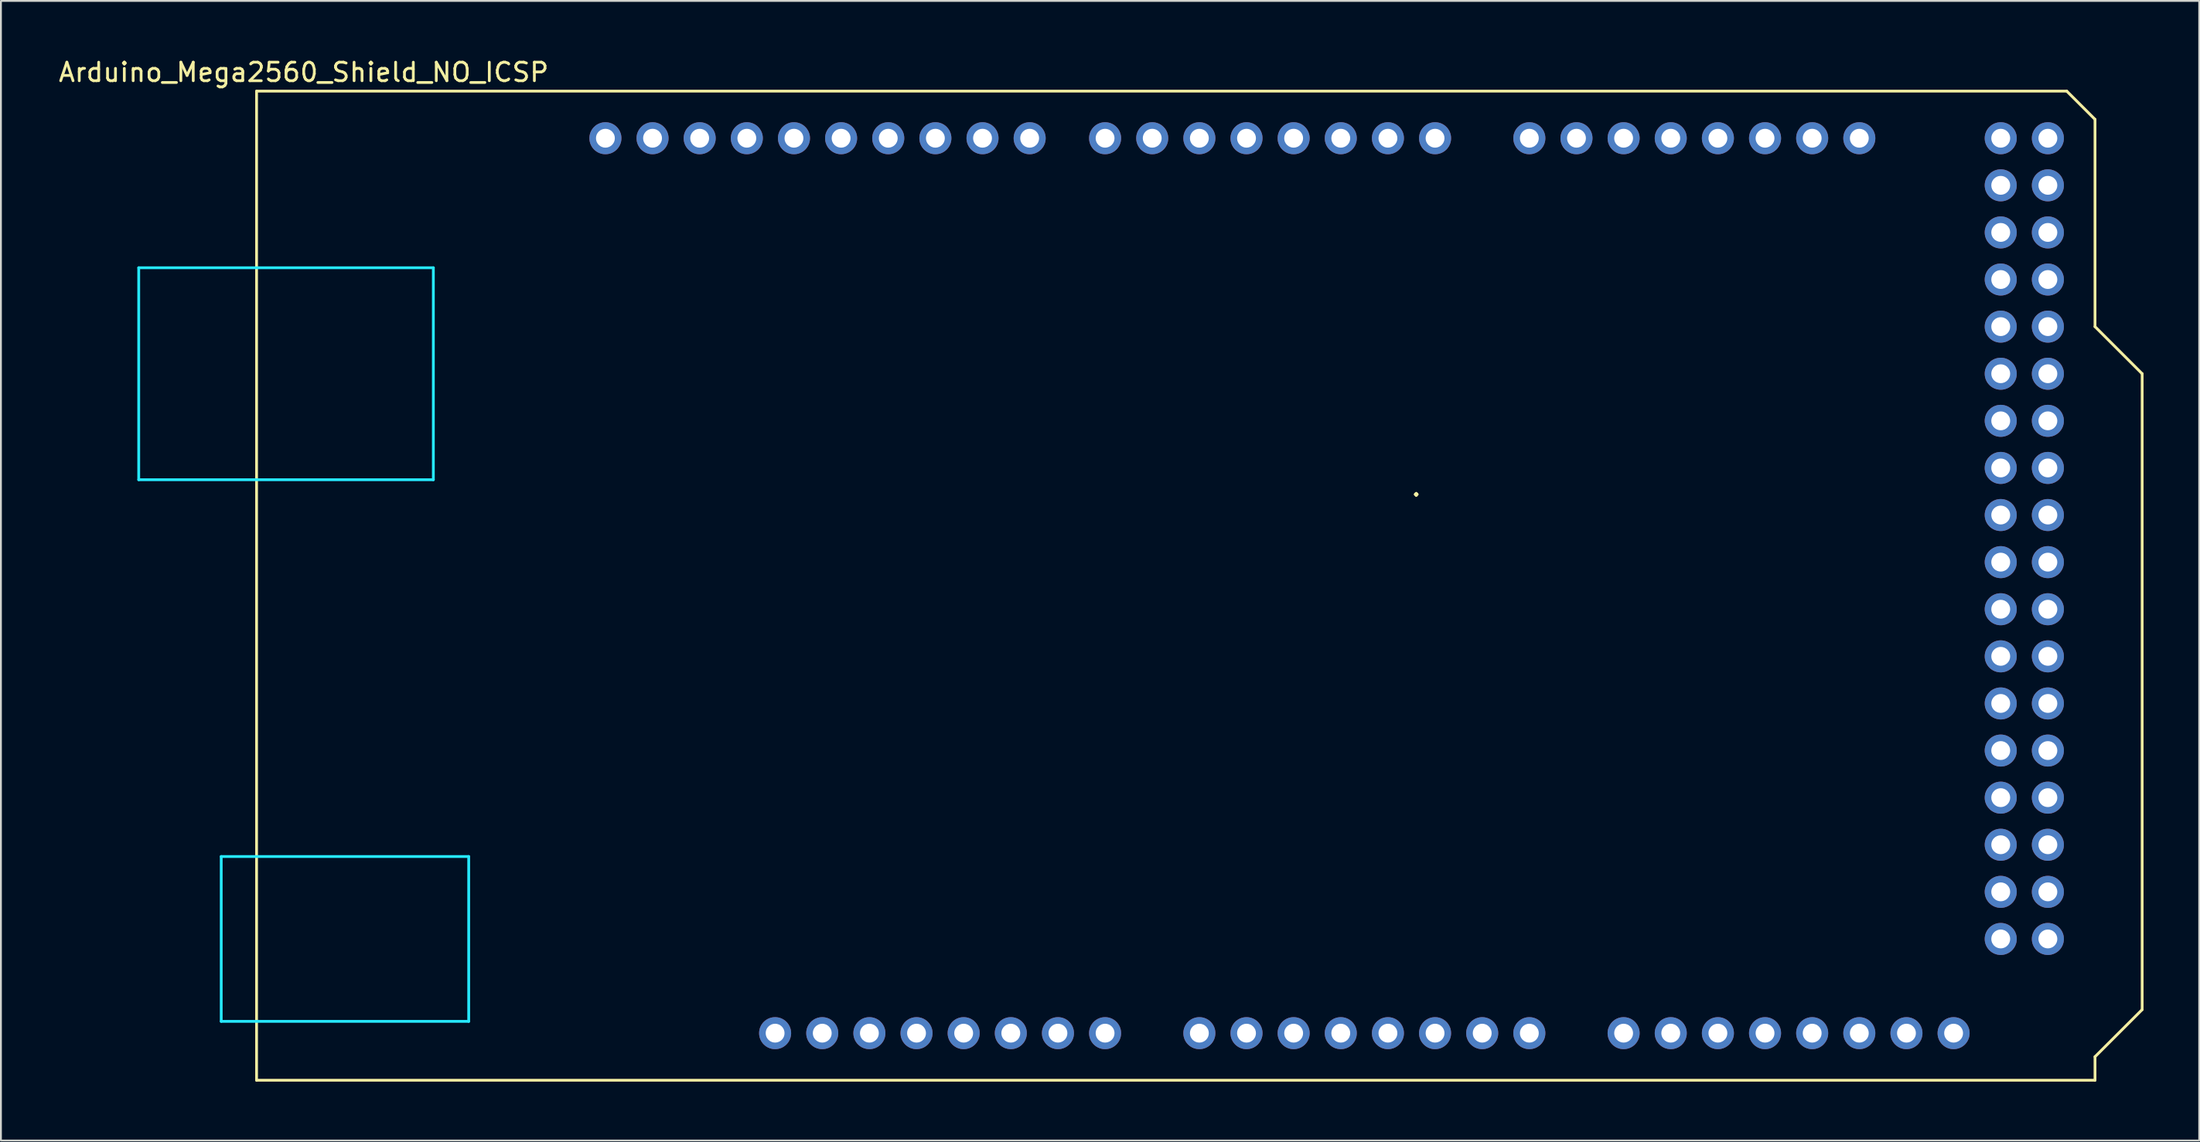
<source format=kicad_pcb>
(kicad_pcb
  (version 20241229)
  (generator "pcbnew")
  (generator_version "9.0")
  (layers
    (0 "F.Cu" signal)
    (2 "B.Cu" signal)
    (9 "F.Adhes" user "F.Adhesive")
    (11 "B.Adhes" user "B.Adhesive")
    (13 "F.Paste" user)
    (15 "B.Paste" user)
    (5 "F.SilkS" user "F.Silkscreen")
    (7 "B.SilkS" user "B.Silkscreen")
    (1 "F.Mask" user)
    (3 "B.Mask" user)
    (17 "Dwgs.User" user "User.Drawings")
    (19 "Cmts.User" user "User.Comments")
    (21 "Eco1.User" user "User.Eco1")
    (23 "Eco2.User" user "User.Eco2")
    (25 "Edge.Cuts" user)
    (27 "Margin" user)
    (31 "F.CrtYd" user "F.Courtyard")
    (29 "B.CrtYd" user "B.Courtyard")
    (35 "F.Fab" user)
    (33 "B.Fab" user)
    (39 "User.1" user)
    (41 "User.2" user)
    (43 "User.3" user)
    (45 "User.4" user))
  (footprint "Arduino_Mega2560_Shield_NO_ICSP"
    (layer "F.Cu")
    (at 10.775 55.204)
    (property "Reference" "Arduino_Mega2560_Shield_NO_ICSP" (at 2.54 -54.356 0) (layer "F.SilkS") (effects (font (size 1 1) (thickness 0.15))))
    (attr through_hole)
    (fp_line (start 0 -53.34) (end 0 0) (stroke (width 0.15) (type solid)) (layer "F.SilkS"))
    (fp_line (start 0 -53.34) (end 97.536 -53.34) (stroke (width 0.15) (type solid)) (layer "F.SilkS"))
    (fp_line (start 0 0) (end 99.06 0) (stroke (width 0.15) (type solid)) (layer "F.SilkS"))
    (fp_line (start 97.536 -53.34) (end 99.06 -51.816) (stroke (width 0.15) (type solid)) (layer "F.SilkS"))
    (fp_line (start 99.06 -40.64) (end 99.06 -51.816) (stroke (width 0.15) (type solid)) (layer "F.SilkS"))
    (fp_line (start 99.06 -1.27) (end 101.6 -3.81) (stroke (width 0.15) (type solid)) (layer "F.SilkS"))
    (fp_line (start 99.06 0) (end 99.06 -1.27) (stroke (width 0.15) (type solid)) (layer "F.SilkS"))
    (fp_line (start 101.6 -38.1) (end 99.06 -40.64) (stroke (width 0.15) (type solid)) (layer "F.SilkS"))
    (fp_line (start 101.6 -3.81) (end 101.6 -38.1) (stroke (width 0.15) (type solid)) (layer "F.SilkS"))
    (fp_line (start -6.35 -43.815) (end -6.35 -32.385) (stroke (width 0.15) (type solid)) (layer "B.CrtYd"))
    (fp_line (start -1.905 -12.065) (end -1.905 -3.175) (stroke (width 0.15) (type solid)) (layer "B.CrtYd"))
    (fp_line (start -1.905 -12.065) (end 11.43 -12.065) (stroke (width 0.15) (type solid)) (layer "B.CrtYd"))
    (fp_line (start -1.905 -3.175) (end 11.43 -3.175) (stroke (width 0.15) (type solid)) (layer "B.CrtYd"))
    (fp_line (start 9.525 -43.815) (end -6.35 -43.815) (stroke (width 0.15) (type solid)) (layer "B.CrtYd"))
    (fp_line (start 9.525 -43.815) (end 9.525 -32.385) (stroke (width 0.15) (type solid)) (layer "B.CrtYd"))
    (fp_line (start 9.525 -32.385) (end -6.35 -32.385) (stroke (width 0.15) (type solid)) (layer "B.CrtYd"))
    (fp_line (start 11.43 -12.065) (end 11.43 -3.175) (stroke (width 0.15) (type solid)) (layer "B.CrtYd"))
    (fp_text user "." (at 62.484 -32.004 0) (layer "F.SilkS") (effects (font (size 1 1) (thickness 0.15))))
    (pad "" thru_hole oval (at 27.94 -2.54) (size 1.727 1.727) (drill 1.016) (layers "*.Cu" "*.Mask"))
    (pad "3V3" thru_hole oval (at 35.56 -2.54) (size 1.727 1.727) (drill 1.016) (layers "*.Cu" "*.Mask"))
    (pad "5V1" thru_hole oval (at 38.1 -2.54) (size 1.727 1.727) (drill 1.016) (layers "*.Cu" "*.Mask"))
    (pad "5V3" thru_hole oval (at 93.98 -50.8) (size 1.727 1.727) (drill 1.016) (layers "*.Cu" "*.Mask"))
    (pad "5V4" thru_hole oval (at 96.52 -50.8) (size 1.727 1.727) (drill 1.016) (layers "*.Cu" "*.Mask"))
    (pad "A0" thru_hole oval (at 50.8 -2.54) (size 1.727 1.727) (drill 1.016) (layers "*.Cu" "*.Mask"))
    (pad "A1" thru_hole oval (at 53.34 -2.54) (size 1.727 1.727) (drill 1.016) (layers "*.Cu" "*.Mask"))
    (pad "A2" thru_hole oval (at 55.88 -2.54) (size 1.727 1.727) (drill 1.016) (layers "*.Cu" "*.Mask"))
    (pad "A3" thru_hole oval (at 58.42 -2.54) (size 1.727 1.727) (drill 1.016) (layers "*.Cu" "*.Mask"))
    (pad "A4" thru_hole oval (at 60.96 -2.54) (size 1.727 1.727) (drill 1.016) (layers "*.Cu" "*.Mask"))
    (pad "A5" thru_hole oval (at 63.5 -2.54) (size 1.727 1.727) (drill 1.016) (layers "*.Cu" "*.Mask"))
    (pad "A6" thru_hole oval (at 66.04 -2.54) (size 1.727 1.727) (drill 1.016) (layers "*.Cu" "*.Mask"))
    (pad "A7" thru_hole oval (at 68.58 -2.54) (size 1.727 1.727) (drill 1.016) (layers "*.Cu" "*.Mask"))
    (pad "A8" thru_hole oval (at 73.66 -2.54) (size 1.727 1.727) (drill 1.016) (layers "*.Cu" "*.Mask"))
    (pad "A9" thru_hole oval (at 76.2 -2.54) (size 1.727 1.727) (drill 1.016) (layers "*.Cu" "*.Mask"))
    (pad "A10" thru_hole oval (at 78.74 -2.54) (size 1.727 1.727) (drill 1.016) (layers "*.Cu" "*.Mask"))
    (pad "A11" thru_hole oval (at 81.28 -2.54) (size 1.727 1.727) (drill 1.016) (layers "*.Cu" "*.Mask"))
    (pad "A12" thru_hole oval (at 83.82 -2.54) (size 1.727 1.727) (drill 1.016) (layers "*.Cu" "*.Mask"))
    (pad "A13" thru_hole oval (at 86.36 -2.54) (size 1.727 1.727) (drill 1.016) (layers "*.Cu" "*.Mask"))
    (pad "A14" thru_hole oval (at 88.9 -2.54) (size 1.727 1.727) (drill 1.016) (layers "*.Cu" "*.Mask"))
    (pad "A15" thru_hole oval (at 91.44 -2.54) (size 1.727 1.727) (drill 1.016) (layers "*.Cu" "*.Mask"))
    (pad "AREF" thru_hole oval (at 23.876 -50.8) (size 1.727 1.727) (drill 1.016) (layers "*.Cu" "*.Mask"))
    (pad "D0" thru_hole oval (at 63.5 -50.8) (size 1.727 1.727) (drill 1.016) (layers "*.Cu" "*.Mask"))
    (pad "D1" thru_hole oval (at 60.96 -50.8) (size 1.727 1.727) (drill 1.016) (layers "*.Cu" "*.Mask"))
    (pad "D2" thru_hole oval (at 58.42 -50.8) (size 1.727 1.727) (drill 1.016) (layers "*.Cu" "*.Mask"))
    (pad "D3" thru_hole oval (at 55.88 -50.8) (size 1.727 1.727) (drill 1.016) (layers "*.Cu" "*.Mask"))
    (pad "D4" thru_hole oval (at 53.34 -50.8) (size 1.727 1.727) (drill 1.016) (layers "*.Cu" "*.Mask"))
    (pad "D5" thru_hole oval (at 50.8 -50.8) (size 1.727 1.727) (drill 1.016) (layers "*.Cu" "*.Mask"))
    (pad "D6" thru_hole oval (at 48.26 -50.8) (size 1.727 1.727) (drill 1.016) (layers "*.Cu" "*.Mask"))
    (pad "D7" thru_hole oval (at 45.72 -50.8) (size 1.727 1.727) (drill 1.016) (layers "*.Cu" "*.Mask"))
    (pad "D8" thru_hole oval (at 41.656 -50.8) (size 1.727 1.727) (drill 1.016) (layers "*.Cu" "*.Mask"))
    (pad "D9" thru_hole oval (at 39.116 -50.8) (size 1.727 1.727) (drill 1.016) (layers "*.Cu" "*.Mask"))
    (pad "D10" thru_hole oval (at 36.576 -50.8) (size 1.727 1.727) (drill 1.016) (layers "*.Cu" "*.Mask"))
    (pad "D11" thru_hole oval (at 34.036 -50.8) (size 1.727 1.727) (drill 1.016) (layers "*.Cu" "*.Mask"))
    (pad "D12" thru_hole oval (at 31.496 -50.8) (size 1.727 1.727) (drill 1.016) (layers "*.Cu" "*.Mask"))
    (pad "D13" thru_hole oval (at 28.956 -50.8) (size 1.727 1.727) (drill 1.016) (layers "*.Cu" "*.Mask"))
    (pad "D14" thru_hole oval (at 68.58 -50.8) (size 1.727 1.727) (drill 1.016) (layers "*.Cu" "*.Mask"))
    (pad "D15" thru_hole oval (at 71.12 -50.8) (size 1.727 1.727) (drill 1.016) (layers "*.Cu" "*.Mask"))
    (pad "D16" thru_hole oval (at 73.66 -50.8) (size 1.727 1.727) (drill 1.016) (layers "*.Cu" "*.Mask"))
    (pad "D17" thru_hole oval (at 76.2 -50.8) (size 1.727 1.727) (drill 1.016) (layers "*.Cu" "*.Mask"))
    (pad "D18" thru_hole oval (at 78.74 -50.8) (size 1.727 1.727) (drill 1.016) (layers "*.Cu" "*.Mask"))
    (pad "D19" thru_hole oval (at 81.28 -50.8) (size 1.727 1.727) (drill 1.016) (layers "*.Cu" "*.Mask"))
    (pad "D20" thru_hole oval (at 83.82 -50.8) (size 1.727 1.727) (drill 1.016) (layers "*.Cu" "*.Mask"))
    (pad "D21" thru_hole oval (at 86.36 -50.8) (size 1.727 1.727) (drill 1.016) (layers "*.Cu" "*.Mask"))
    (pad "D22" thru_hole oval (at 93.98 -48.26) (size 1.727 1.727) (drill 1.016) (layers "*.Cu" "*.Mask"))
    (pad "D23" thru_hole oval (at 96.52 -48.26) (size 1.727 1.727) (drill 1.016) (layers "*.Cu" "*.Mask"))
    (pad "D24" thru_hole oval (at 93.98 -45.72) (size 1.727 1.727) (drill 1.016) (layers "*.Cu" "*.Mask"))
    (pad "D25" thru_hole oval (at 96.52 -45.72) (size 1.727 1.727) (drill 1.016) (layers "*.Cu" "*.Mask"))
    (pad "D26" thru_hole oval (at 93.98 -43.18) (size 1.727 1.727) (drill 1.016) (layers "*.Cu" "*.Mask"))
    (pad "D27" thru_hole oval (at 96.52 -43.18) (size 1.727 1.727) (drill 1.016) (layers "*.Cu" "*.Mask"))
    (pad "D28" thru_hole oval (at 93.98 -40.64) (size 1.727 1.727) (drill 1.016) (layers "*.Cu" "*.Mask"))
    (pad "D29" thru_hole oval (at 96.52 -40.64) (size 1.727 1.727) (drill 1.016) (layers "*.Cu" "*.Mask"))
    (pad "D30" thru_hole oval (at 93.98 -38.1) (size 1.727 1.727) (drill 1.016) (layers "*.Cu" "*.Mask"))
    (pad "D31" thru_hole oval (at 96.52 -38.1) (size 1.727 1.727) (drill 1.016) (layers "*.Cu" "*.Mask"))
    (pad "D32" thru_hole oval (at 93.98 -35.56) (size 1.727 1.727) (drill 1.016) (layers "*.Cu" "*.Mask"))
    (pad "D33" thru_hole oval (at 96.52 -35.56) (size 1.727 1.727) (drill 1.016) (layers "*.Cu" "*.Mask"))
    (pad "D34" thru_hole oval (at 93.98 -33.02) (size 1.727 1.727) (drill 1.016) (layers "*.Cu" "*.Mask"))
    (pad "D35" thru_hole oval (at 96.52 -33.02) (size 1.727 1.727) (drill 1.016) (layers "*.Cu" "*.Mask"))
    (pad "D36" thru_hole oval (at 93.98 -30.48) (size 1.727 1.727) (drill 1.016) (layers "*.Cu" "*.Mask"))
    (pad "D37" thru_hole oval (at 96.52 -30.48) (size 1.727 1.727) (drill 1.016) (layers "*.Cu" "*.Mask"))
    (pad "D38" thru_hole oval (at 93.98 -27.94) (size 1.727 1.727) (drill 1.016) (layers "*.Cu" "*.Mask"))
    (pad "D39" thru_hole oval (at 96.52 -27.94) (size 1.727 1.727) (drill 1.016) (layers "*.Cu" "*.Mask"))
    (pad "D40" thru_hole oval (at 93.98 -25.4) (size 1.727 1.727) (drill 1.016) (layers "*.Cu" "*.Mask"))
    (pad "D41" thru_hole oval (at 96.52 -25.4) (size 1.727 1.727) (drill 1.016) (layers "*.Cu" "*.Mask"))
    (pad "D42" thru_hole oval (at 93.98 -22.86) (size 1.727 1.727) (drill 1.016) (layers "*.Cu" "*.Mask"))
    (pad "D43" thru_hole oval (at 96.52 -22.86) (size 1.727 1.727) (drill 1.016) (layers "*.Cu" "*.Mask"))
    (pad "D44" thru_hole oval (at 93.98 -20.32) (size 1.727 1.727) (drill 1.016) (layers "*.Cu" "*.Mask"))
    (pad "D45" thru_hole oval (at 96.52 -20.32) (size 1.727 1.727) (drill 1.016) (layers "*.Cu" "*.Mask"))
    (pad "D46" thru_hole oval (at 93.98 -17.78) (size 1.727 1.727) (drill 1.016) (layers "*.Cu" "*.Mask"))
    (pad "D47" thru_hole oval (at 96.52 -17.78) (size 1.727 1.727) (drill 1.016) (layers "*.Cu" "*.Mask"))
    (pad "D48" thru_hole oval (at 93.98 -15.24) (size 1.727 1.727) (drill 1.016) (layers "*.Cu" "*.Mask"))
    (pad "D49" thru_hole oval (at 96.52 -15.24) (size 1.727 1.727) (drill 1.016) (layers "*.Cu" "*.Mask"))
    (pad "D50" thru_hole oval (at 93.98 -12.7) (size 1.727 1.727) (drill 1.016) (layers "*.Cu" "*.Mask"))
    (pad "D51" thru_hole oval (at 96.52 -12.7) (size 1.727 1.727) (drill 1.016) (layers "*.Cu" "*.Mask"))
    (pad "D52" thru_hole oval (at 93.98 -10.16) (size 1.727 1.727) (drill 1.016) (layers "*.Cu" "*.Mask"))
    (pad "D53" thru_hole oval (at 96.52 -10.16) (size 1.727 1.727) (drill 1.016) (layers "*.Cu" "*.Mask"))
    (pad "GND1" thru_hole oval (at 26.416 -50.8) (size 1.727 1.727) (drill 1.016) (layers "*.Cu" "*.Mask"))
    (pad "GND2" thru_hole oval (at 40.64 -2.54) (size 1.727 1.727) (drill 1.016) (layers "*.Cu" "*.Mask"))
    (pad "GND3" thru_hole oval (at 43.18 -2.54) (size 1.727 1.727) (drill 1.016) (layers "*.Cu" "*.Mask"))
    (pad "GND5" thru_hole oval (at 93.98 -7.62) (size 1.727 1.727) (drill 1.016) (layers "*.Cu" "*.Mask"))
    (pad "GND6" thru_hole oval (at 96.52 -7.62) (size 1.727 1.727) (drill 1.016) (layers "*.Cu" "*.Mask"))
    (pad "IORF" thru_hole oval (at 30.48 -2.54) (size 1.727 1.727) (drill 1.016) (layers "*.Cu" "*.Mask"))
    (pad "RST1" thru_hole oval (at 33.02 -2.54) (size 1.727 1.727) (drill 1.016) (layers "*.Cu" "*.Mask"))
    (pad "SCL" thru_hole oval (at 18.796 -50.8) (size 1.727 1.727) (drill 1.016) (layers "*.Cu" "*.Mask"))
    (pad "SDA" thru_hole oval (at 21.336 -50.8) (size 1.727 1.727) (drill 1.016) (layers "*.Cu" "*.Mask"))
    (pad "VIN" thru_hole oval (at 45.72 -2.54) (size 1.727 1.727) (drill 1.016) (layers "*.Cu" "*.Mask")))
  (gr_rect
    (start -3 -3)
    (end 115.45 58.454)
    (stroke (width 0.1) (type default))
    (fill no)
    (layer "Edge.Cuts")))
</source>
